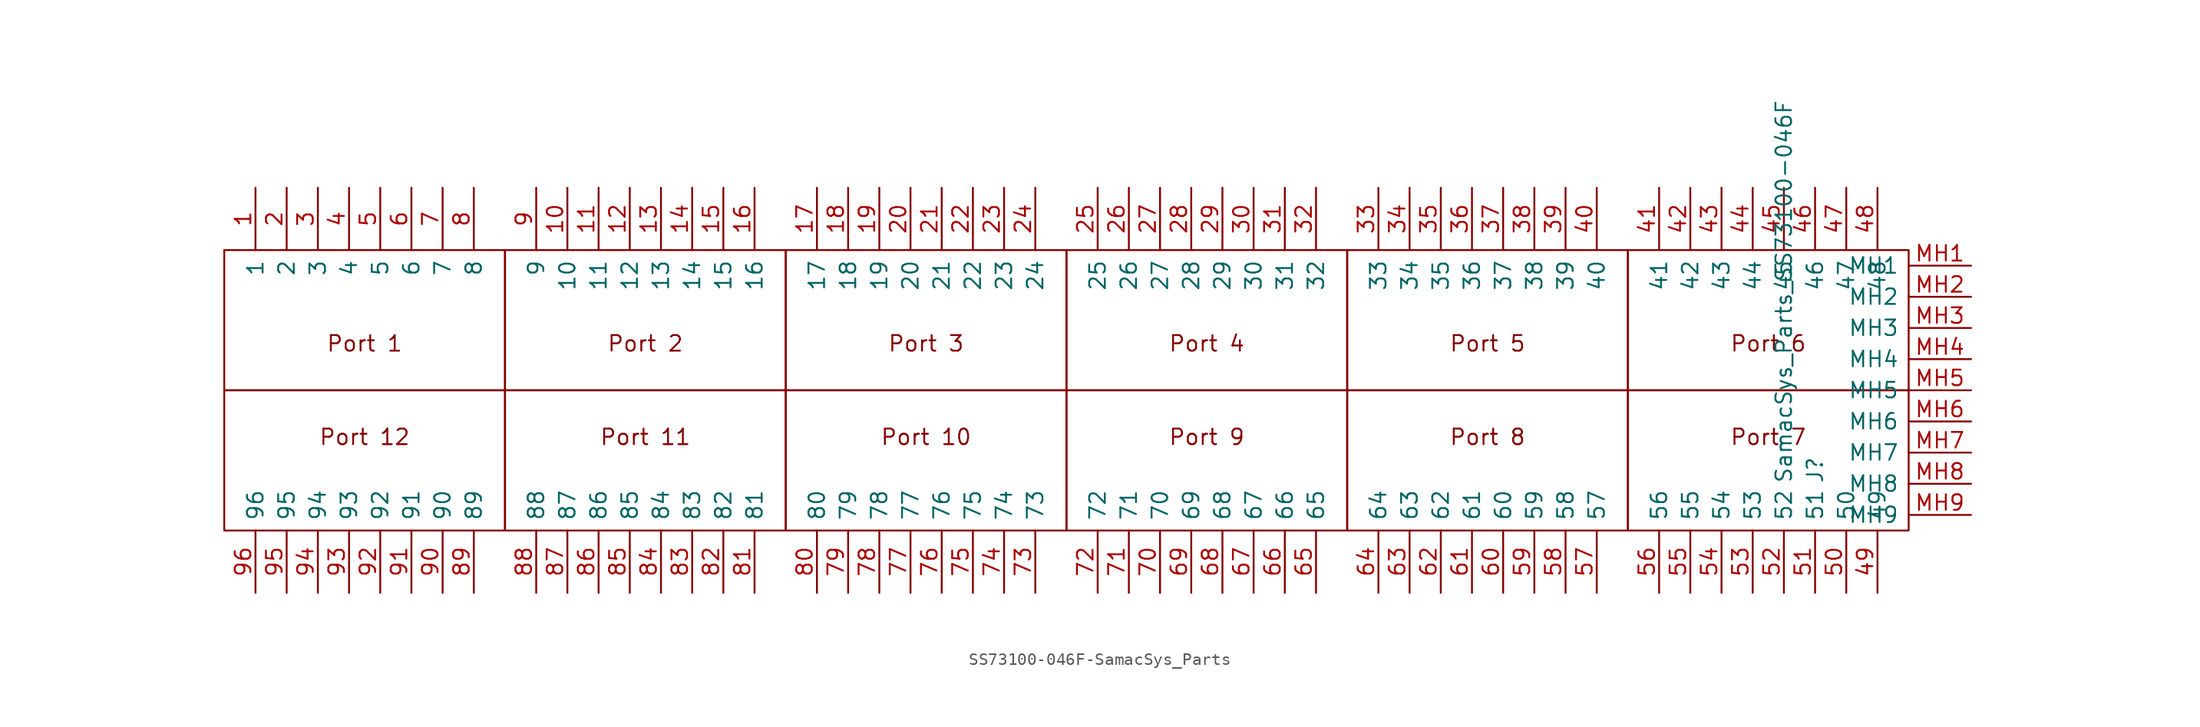
<source format=kicad_sym>
(kicad_symbol_lib
  (version 20231120)
  (generator "kicad_symbol_editor")
  (generator_version "8.0")
  (symbol "SS73100-046F-SamacSys_Parts"
    (pin_names
      (offset 0.762))
    (property "Reference" "J"
      (at 60.96 -7.62 90)
      (effects (font (size 1.27 1.27)) (justify left)))
    (property "Value" "SamacSys_Parts_SS73100-046F"
      (at 58.42 -7.62 90)
      (effects (font (size 1.27 1.27)) (justify left)))
    (symbol "SS73100-046F-SamacSys_Parts_0_0"
      (text "Port 1" (at -57.15 3.81 0) (effects (font (size 1.27 1.27))))
      (pin passive line (at -66.04 16.51 270) (length 5.08) (name "1" (effects (font (size 1.27 1.27)))) (number "1" (effects (font (size 1.27 1.27)))))
      (pin passive line (at -40.64 16.51 270) (length 5.08) (name "10" (effects (font (size 1.27 1.27)))) (number "10" (effects (font (size 1.27 1.27)))))
      (pin passive line (at -38.1 16.51 270) (length 5.08) (name "11" (effects (font (size 1.27 1.27)))) (number "11" (effects (font (size 1.27 1.27)))))
      (pin passive line (at -35.56 16.51 270) (length 5.08) (name "12" (effects (font (size 1.27 1.27)))) (number "12" (effects (font (size 1.27 1.27)))))
      (pin passive line (at -33.02 16.51 270) (length 5.08) (name "13" (effects (font (size 1.27 1.27)))) (number "13" (effects (font (size 1.27 1.27)))))
      (pin passive line (at -30.48 16.51 270) (length 5.08) (name "14" (effects (font (size 1.27 1.27)))) (number "14" (effects (font (size 1.27 1.27)))))
      (pin passive line (at -27.94 16.51 270) (length 5.08) (name "15" (effects (font (size 1.27 1.27)))) (number "15" (effects (font (size 1.27 1.27)))))
      (pin passive line (at -25.4 16.51 270) (length 5.08) (name "16" (effects (font (size 1.27 1.27)))) (number "16" (effects (font (size 1.27 1.27)))))
      (pin passive line (at -20.32 16.51 270) (length 5.08) (name "17" (effects (font (size 1.27 1.27)))) (number "17" (effects (font (size 1.27 1.27)))))
      (pin passive line (at -17.78 16.51 270) (length 5.08) (name "18" (effects (font (size 1.27 1.27)))) (number "18" (effects (font (size 1.27 1.27)))))
      (pin passive line (at -15.24 16.51 270) (length 5.08) (name "19" (effects (font (size 1.27 1.27)))) (number "19" (effects (font (size 1.27 1.27)))))
      (pin passive line (at -63.5 16.51 270) (length 5.08) (name "2" (effects (font (size 1.27 1.27)))) (number "2" (effects (font (size 1.27 1.27)))))
      (pin passive line (at -12.7 16.51 270) (length 5.08) (name "20" (effects (font (size 1.27 1.27)))) (number "20" (effects (font (size 1.27 1.27)))))
      (pin passive line (at -10.16 16.51 270) (length 5.08) (name "21" (effects (font (size 1.27 1.27)))) (number "21" (effects (font (size 1.27 1.27)))))
      (pin passive line (at -7.62 16.51 270) (length 5.08) (name "22" (effects (font (size 1.27 1.27)))) (number "22" (effects (font (size 1.27 1.27)))))
      (pin passive line (at -5.08 16.51 270) (length 5.08) (name "23" (effects (font (size 1.27 1.27)))) (number "23" (effects (font (size 1.27 1.27)))))
      (pin passive line (at -2.54 16.51 270) (length 5.08) (name "24" (effects (font (size 1.27 1.27)))) (number "24" (effects (font (size 1.27 1.27)))))
      (pin passive line (at 2.54 16.51 270) (length 5.08) (name "25" (effects (font (size 1.27 1.27)))) (number "25" (effects (font (size 1.27 1.27)))))
      (pin passive line (at 5.08 16.51 270) (length 5.08) (name "26" (effects (font (size 1.27 1.27)))) (number "26" (effects (font (size 1.27 1.27)))))
      (pin passive line (at 7.62 16.51 270) (length 5.08) (name "27" (effects (font (size 1.27 1.27)))) (number "27" (effects (font (size 1.27 1.27)))))
      (pin passive line (at 10.16 16.51 270) (length 5.08) (name "28" (effects (font (size 1.27 1.27)))) (number "28" (effects (font (size 1.27 1.27)))))
      (pin passive line (at 12.7 16.51 270) (length 5.08) (name "29" (effects (font (size 1.27 1.27)))) (number "29" (effects (font (size 1.27 1.27)))))
      (pin passive line (at -60.96 16.51 270) (length 5.08) (name "3" (effects (font (size 1.27 1.27)))) (number "3" (effects (font (size 1.27 1.27)))))
      (pin passive line (at 15.24 16.51 270) (length 5.08) (name "30" (effects (font (size 1.27 1.27)))) (number "30" (effects (font (size 1.27 1.27)))))
      (pin passive line (at 17.78 16.51 270) (length 5.08) (name "31" (effects (font (size 1.27 1.27)))) (number "31" (effects (font (size 1.27 1.27)))))
      (pin passive line (at 20.32 16.51 270) (length 5.08) (name "32" (effects (font (size 1.27 1.27)))) (number "32" (effects (font (size 1.27 1.27)))))
      (pin passive line (at 25.4 16.51 270) (length 5.08) (name "33" (effects (font (size 1.27 1.27)))) (number "33" (effects (font (size 1.27 1.27)))))
      (pin passive line (at 27.94 16.51 270) (length 5.08) (name "34" (effects (font (size 1.27 1.27)))) (number "34" (effects (font (size 1.27 1.27)))))
      (pin passive line (at 30.48 16.51 270) (length 5.08) (name "35" (effects (font (size 1.27 1.27)))) (number "35" (effects (font (size 1.27 1.27)))))
      (pin passive line (at 33.02 16.51 270) (length 5.08) (name "36" (effects (font (size 1.27 1.27)))) (number "36" (effects (font (size 1.27 1.27)))))
      (pin passive line (at 35.56 16.51 270) (length 5.08) (name "37" (effects (font (size 1.27 1.27)))) (number "37" (effects (font (size 1.27 1.27)))))
      (pin passive line (at 38.1 16.51 270) (length 5.08) (name "38" (effects (font (size 1.27 1.27)))) (number "38" (effects (font (size 1.27 1.27)))))
      (pin passive line (at 40.64 16.51 270) (length 5.08) (name "39" (effects (font (size 1.27 1.27)))) (number "39" (effects (font (size 1.27 1.27)))))
      (pin passive line (at -58.42 16.51 270) (length 5.08) (name "4" (effects (font (size 1.27 1.27)))) (number "4" (effects (font (size 1.27 1.27)))))
      (pin passive line (at 43.18 16.51 270) (length 5.08) (name "40" (effects (font (size 1.27 1.27)))) (number "40" (effects (font (size 1.27 1.27)))))
      (pin passive line (at 48.26 16.51 270) (length 5.08) (name "41" (effects (font (size 1.27 1.27)))) (number "41" (effects (font (size 1.27 1.27)))))
      (pin passive line (at 50.8 16.51 270) (length 5.08) (name "42" (effects (font (size 1.27 1.27)))) (number "42" (effects (font (size 1.27 1.27)))))
      (pin passive line (at 53.34 16.51 270) (length 5.08) (name "43" (effects (font (size 1.27 1.27)))) (number "43" (effects (font (size 1.27 1.27)))))
      (pin passive line (at 55.88 16.51 270) (length 5.08) (name "44" (effects (font (size 1.27 1.27)))) (number "44" (effects (font (size 1.27 1.27)))))
      (pin passive line (at 58.42 16.51 270) (length 5.08) (name "45" (effects (font (size 1.27 1.27)))) (number "45" (effects (font (size 1.27 1.27)))))
      (pin passive line (at 60.96 16.51 270) (length 5.08) (name "46" (effects (font (size 1.27 1.27)))) (number "46" (effects (font (size 1.27 1.27)))))
      (pin passive line (at 63.5 16.51 270) (length 5.08) (name "47" (effects (font (size 1.27 1.27)))) (number "47" (effects (font (size 1.27 1.27)))))
      (pin passive line (at 66.04 16.51 270) (length 5.08) (name "48" (effects (font (size 1.27 1.27)))) (number "48" (effects (font (size 1.27 1.27)))))
      (pin passive line (at 66.04 -16.51 90) (length 5.08) (name "49" (effects (font (size 1.27 1.27)))) (number "49" (effects (font (size 1.27 1.27)))))
      (pin passive line (at -55.88 16.51 270) (length 5.08) (name "5" (effects (font (size 1.27 1.27)))) (number "5" (effects (font (size 1.27 1.27)))))
      (pin passive line (at 63.5 -16.51 90) (length 5.08) (name "50" (effects (font (size 1.27 1.27)))) (number "50" (effects (font (size 1.27 1.27)))))
      (pin passive line (at 60.96 -16.51 90) (length 5.08) (name "51" (effects (font (size 1.27 1.27)))) (number "51" (effects (font (size 1.27 1.27)))))
      (pin passive line (at 58.42 -16.51 90) (length 5.08) (name "52" (effects (font (size 1.27 1.27)))) (number "52" (effects (font (size 1.27 1.27)))))
      (pin passive line (at 55.88 -16.51 90) (length 5.08) (name "53" (effects (font (size 1.27 1.27)))) (number "53" (effects (font (size 1.27 1.27)))))
      (pin passive line (at 53.34 -16.51 90) (length 5.08) (name "54" (effects (font (size 1.27 1.27)))) (number "54" (effects (font (size 1.27 1.27)))))
      (pin passive line (at 50.8 -16.51 90) (length 5.08) (name "55" (effects (font (size 1.27 1.27)))) (number "55" (effects (font (size 1.27 1.27)))))
      (pin passive line (at 48.26 -16.51 90) (length 5.08) (name "56" (effects (font (size 1.27 1.27)))) (number "56" (effects (font (size 1.27 1.27)))))
      (pin passive line (at 43.18 -16.51 90) (length 5.08) (name "57" (effects (font (size 1.27 1.27)))) (number "57" (effects (font (size 1.27 1.27)))))
      (pin passive line (at 40.64 -16.51 90) (length 5.08) (name "58" (effects (font (size 1.27 1.27)))) (number "58" (effects (font (size 1.27 1.27)))))
      (pin passive line (at 38.1 -16.51 90) (length 5.08) (name "59" (effects (font (size 1.27 1.27)))) (number "59" (effects (font (size 1.27 1.27)))))
      (pin passive line (at -53.34 16.51 270) (length 5.08) (name "6" (effects (font (size 1.27 1.27)))) (number "6" (effects (font (size 1.27 1.27)))))
      (pin passive line (at 35.56 -16.51 90) (length 5.08) (name "60" (effects (font (size 1.27 1.27)))) (number "60" (effects (font (size 1.27 1.27)))))
      (pin passive line (at 33.02 -16.51 90) (length 5.08) (name "61" (effects (font (size 1.27 1.27)))) (number "61" (effects (font (size 1.27 1.27)))))
      (pin passive line (at 30.48 -16.51 90) (length 5.08) (name "62" (effects (font (size 1.27 1.27)))) (number "62" (effects (font (size 1.27 1.27)))))
      (pin passive line (at 27.94 -16.51 90) (length 5.08) (name "63" (effects (font (size 1.27 1.27)))) (number "63" (effects (font (size 1.27 1.27)))))
      (pin passive line (at 25.4 -16.51 90) (length 5.08) (name "64" (effects (font (size 1.27 1.27)))) (number "64" (effects (font (size 1.27 1.27)))))
      (pin passive line (at 20.32 -16.51 90) (length 5.08) (name "65" (effects (font (size 1.27 1.27)))) (number "65" (effects (font (size 1.27 1.27)))))
      (pin passive line (at 17.78 -16.51 90) (length 5.08) (name "66" (effects (font (size 1.27 1.27)))) (number "66" (effects (font (size 1.27 1.27)))))
      (pin passive line (at 15.24 -16.51 90) (length 5.08) (name "67" (effects (font (size 1.27 1.27)))) (number "67" (effects (font (size 1.27 1.27)))))
      (pin passive line (at 12.7 -16.51 90) (length 5.08) (name "68" (effects (font (size 1.27 1.27)))) (number "68" (effects (font (size 1.27 1.27)))))
      (pin passive line (at 10.16 -16.51 90) (length 5.08) (name "69" (effects (font (size 1.27 1.27)))) (number "69" (effects (font (size 1.27 1.27)))))
      (pin passive line (at -50.8 16.51 270) (length 5.08) (name "7" (effects (font (size 1.27 1.27)))) (number "7" (effects (font (size 1.27 1.27)))))
      (pin passive line (at 7.62 -16.51 90) (length 5.08) (name "70" (effects (font (size 1.27 1.27)))) (number "70" (effects (font (size 1.27 1.27)))))
      (pin passive line (at 5.08 -16.51 90) (length 5.08) (name "71" (effects (font (size 1.27 1.27)))) (number "71" (effects (font (size 1.27 1.27)))))
      (pin passive line (at 2.54 -16.51 90) (length 5.08) (name "72" (effects (font (size 1.27 1.27)))) (number "72" (effects (font (size 1.27 1.27)))))
      (pin passive line (at -2.54 -16.51 90) (length 5.08) (name "73" (effects (font (size 1.27 1.27)))) (number "73" (effects (font (size 1.27 1.27)))))
      (pin passive line (at -5.08 -16.51 90) (length 5.08) (name "74" (effects (font (size 1.27 1.27)))) (number "74" (effects (font (size 1.27 1.27)))))
      (pin passive line (at -7.62 -16.51 90) (length 5.08) (name "75" (effects (font (size 1.27 1.27)))) (number "75" (effects (font (size 1.27 1.27)))))
      (pin passive line (at -10.16 -16.51 90) (length 5.08) (name "76" (effects (font (size 1.27 1.27)))) (number "76" (effects (font (size 1.27 1.27)))))
      (pin passive line (at -12.7 -16.51 90) (length 5.08) (name "77" (effects (font (size 1.27 1.27)))) (number "77" (effects (font (size 1.27 1.27)))))
      (pin passive line (at -15.24 -16.51 90) (length 5.08) (name "78" (effects (font (size 1.27 1.27)))) (number "78" (effects (font (size 1.27 1.27)))))
      (pin passive line (at -17.78 -16.51 90) (length 5.08) (name "79" (effects (font (size 1.27 1.27)))) (number "79" (effects (font (size 1.27 1.27)))))
      (pin passive line (at -48.26 16.51 270) (length 5.08) (name "8" (effects (font (size 1.27 1.27)))) (number "8" (effects (font (size 1.27 1.27)))))
      (pin passive line (at -20.32 -16.51 90) (length 5.08) (name "80" (effects (font (size 1.27 1.27)))) (number "80" (effects (font (size 1.27 1.27)))))
      (pin passive line (at -25.4 -16.51 90) (length 5.08) (name "81" (effects (font (size 1.27 1.27)))) (number "81" (effects (font (size 1.27 1.27)))))
      (pin passive line (at -27.94 -16.51 90) (length 5.08) (name "82" (effects (font (size 1.27 1.27)))) (number "82" (effects (font (size 1.27 1.27)))))
      (pin passive line (at -30.48 -16.51 90) (length 5.08) (name "83" (effects (font (size 1.27 1.27)))) (number "83" (effects (font (size 1.27 1.27)))))
      (pin passive line (at -33.02 -16.51 90) (length 5.08) (name "84" (effects (font (size 1.27 1.27)))) (number "84" (effects (font (size 1.27 1.27)))))
      (pin passive line (at -35.56 -16.51 90) (length 5.08) (name "85" (effects (font (size 1.27 1.27)))) (number "85" (effects (font (size 1.27 1.27)))))
      (pin passive line (at -38.1 -16.51 90) (length 5.08) (name "86" (effects (font (size 1.27 1.27)))) (number "86" (effects (font (size 1.27 1.27)))))
      (pin passive line (at -40.64 -16.51 90) (length 5.08) (name "87" (effects (font (size 1.27 1.27)))) (number "87" (effects (font (size 1.27 1.27)))))
      (pin passive line (at -43.18 -16.51 90) (length 5.08) (name "88" (effects (font (size 1.27 1.27)))) (number "88" (effects (font (size 1.27 1.27)))))
      (pin passive line (at -48.26 -16.51 90) (length 5.08) (name "89" (effects (font (size 1.27 1.27)))) (number "89" (effects (font (size 1.27 1.27)))))
      (pin passive line (at -43.18 16.51 270) (length 5.08) (name "9" (effects (font (size 1.27 1.27)))) (number "9" (effects (font (size 1.27 1.27)))))
      (pin passive line (at -50.8 -16.51 90) (length 5.08) (name "90" (effects (font (size 1.27 1.27)))) (number "90" (effects (font (size 1.27 1.27)))))
      (pin passive line (at -53.34 -16.51 90) (length 5.08) (name "91" (effects (font (size 1.27 1.27)))) (number "91" (effects (font (size 1.27 1.27)))))
      (pin passive line (at -55.88 -16.51 90) (length 5.08) (name "92" (effects (font (size 1.27 1.27)))) (number "92" (effects (font (size 1.27 1.27)))))
      (pin passive line (at -58.42 -16.51 90) (length 5.08) (name "93" (effects (font (size 1.27 1.27)))) (number "93" (effects (font (size 1.27 1.27)))))
      (pin passive line (at -60.96 -16.51 90) (length 5.08) (name "94" (effects (font (size 1.27 1.27)))) (number "94" (effects (font (size 1.27 1.27)))))
      (pin passive line (at -63.5 -16.51 90) (length 5.08) (name "95" (effects (font (size 1.27 1.27)))) (number "95" (effects (font (size 1.27 1.27)))))
      (pin passive line (at -66.04 -16.51 90) (length 5.08) (name "96" (effects (font (size 1.27 1.27)))) (number "96" (effects (font (size 1.27 1.27)))))
      (pin passive line (at 73.66 10.16 180) (length 5.08) (name "MH1" (effects (font (size 1.27 1.27)))) (number "MH1" (effects (font (size 1.27 1.27)))))
      (pin passive line (at 73.66 7.62 180) (length 5.08) (name "MH2" (effects (font (size 1.27 1.27)))) (number "MH2" (effects (font (size 1.27 1.27)))))
      (pin passive line (at 73.66 5.08 180) (length 5.08) (name "MH3" (effects (font (size 1.27 1.27)))) (number "MH3" (effects (font (size 1.27 1.27)))))
      (pin passive line (at 73.66 2.54 180) (length 5.08) (name "MH4" (effects (font (size 1.27 1.27)))) (number "MH4" (effects (font (size 1.27 1.27)))))
      (pin passive line (at 73.66 0 180) (length 5.08) (name "MH5" (effects (font (size 1.27 1.27)))) (number "MH5" (effects (font (size 1.27 1.27)))))
      (pin passive line (at 73.66 -2.54 180) (length 5.08) (name "MH6" (effects (font (size 1.27 1.27)))) (number "MH6" (effects (font (size 1.27 1.27)))))
      (pin passive line (at 73.66 -5.08 180) (length 5.08) (name "MH7" (effects (font (size 1.27 1.27)))) (number "MH7" (effects (font (size 1.27 1.27)))))
      (pin passive line (at 73.66 -7.62 180) (length 5.08) (name "MH8" (effects (font (size 1.27 1.27)))) (number "MH8" (effects (font (size 1.27 1.27)))))
      (pin passive line (at 73.66 -10.16 180) (length 5.08) (name "MH9" (effects (font (size 1.27 1.27)))) (number "MH9" (effects (font (size 1.27 1.27))))))
    (symbol "SS73100-046F-SamacSys_Parts_0_1"
      (rectangle (start -68.58 11.43) (end -45.72 0) (stroke (width 0) (type solid)) (fill (type none))))
    (symbol "SS73100-046F-SamacSys_Parts_1_1"
      (rectangle (start -68.58 0) (end -45.72 -11.43) (stroke (width 0) (type solid)) (fill (type none)))
      (rectangle (start -45.72 0) (end -22.86 -11.43) (stroke (width 0) (type solid)) (fill (type none)))
      (rectangle (start -45.72 11.43) (end -22.86 0) (stroke (width 0) (type solid)) (fill (type none)))
      (rectangle (start -22.86 0) (end 0 -11.43) (stroke (width 0) (type solid)) (fill (type none)))
      (rectangle (start -22.86 11.43) (end 0 0) (stroke (width 0) (type solid)) (fill (type none)))
      (rectangle (start 0 0) (end 22.86 -11.43) (stroke (width 0) (type solid)) (fill (type none)))
      (rectangle (start 0 11.43) (end 22.86 0) (stroke (width 0) (type solid)) (fill (type none)))
      (rectangle (start 22.86 0) (end 45.72 -11.43) (stroke (width 0) (type solid)) (fill (type none)))
      (rectangle (start 22.86 11.43) (end 45.72 0) (stroke (width 0) (type solid)) (fill (type none)))
      (rectangle (start 45.72 0) (end 68.58 -11.43) (stroke (width 0) (type solid)) (fill (type none)))
      (rectangle (start 45.72 11.43) (end 68.58 0) (stroke (width 0) (type solid)) (fill (type none)))
      (text "Port 10" (at -11.43 -3.81 0) (effects (font (size 1.27 1.27))))
      (text "Port 11" (at -34.29 -3.81 0) (effects (font (size 1.27 1.27))))
      (text "Port 12" (at -57.15 -3.81 0) (effects (font (size 1.27 1.27))))
      (text "Port 2" (at -34.29 3.81 0) (effects (font (size 1.27 1.27))))
      (text "Port 3" (at -11.43 3.81 0) (effects (font (size 1.27 1.27))))
      (text "Port 4" (at 11.43 3.81 0) (effects (font (size 1.27 1.27))))
      (text "Port 5" (at 34.29 3.81 0) (effects (font (size 1.27 1.27))))
      (text "Port 6" (at 57.15 3.81 0) (effects (font (size 1.27 1.27))))
      (text "Port 7" (at 57.15 -3.81 0) (effects (font (size 1.27 1.27))))
      (text "Port 8" (at 34.29 -3.81 0) (effects (font (size 1.27 1.27))))
      (text "Port 9" (at 11.43 -3.81 0) (effects (font (size 1.27 1.27)))))))
</source>
